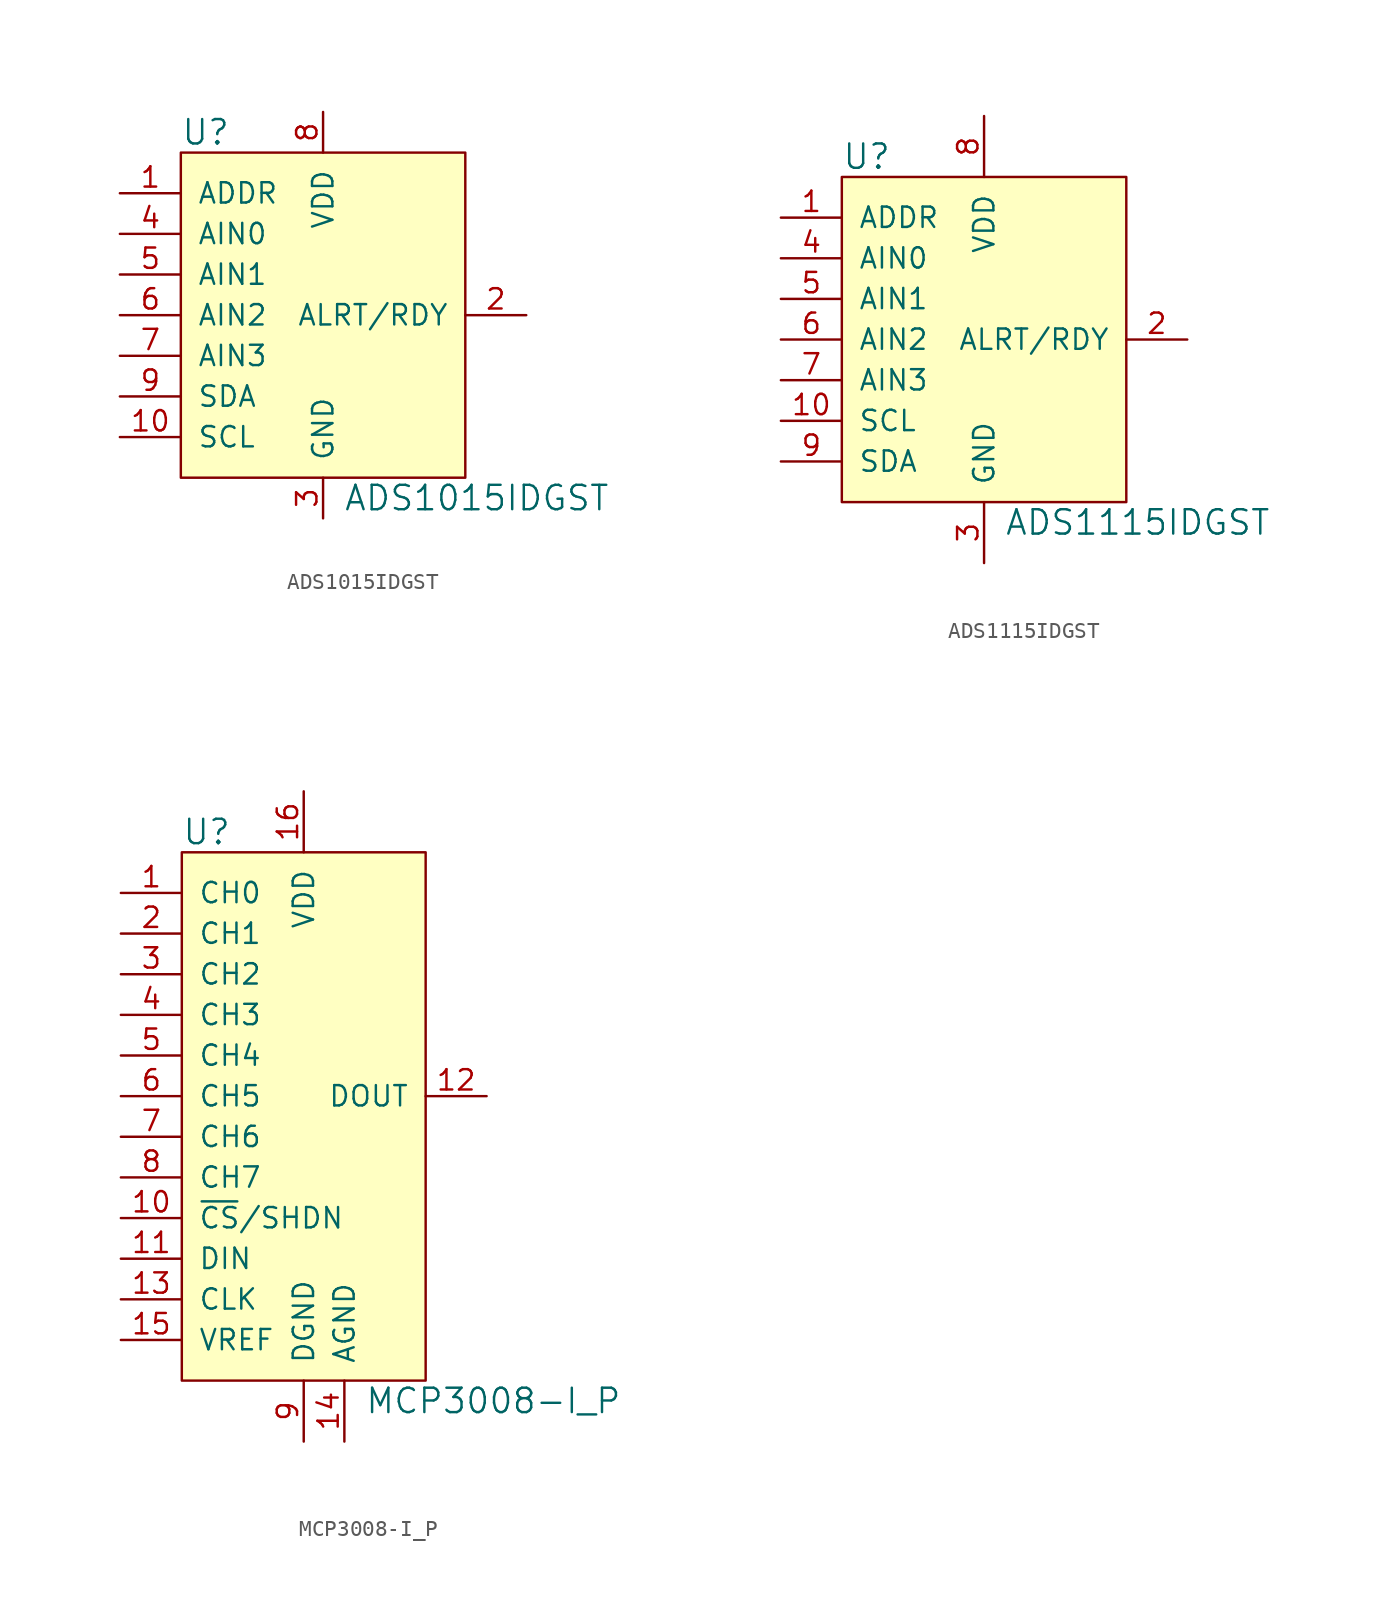
<source format=kicad_sym>
(kicad_symbol_lib
  (version 20231120)
  (generator "kicad_symbol_editor")
  (generator_version "8.0")
  (symbol "ADS1015IDGST"
    (pin_names
      (offset 1.016))
    (property "Reference" "U"
      (at -8.89 11.43 0)
      (effects (font (size 1.524 1.524)) (justify left)))
    (property "Value" "ADS1015IDGST"
      (at 1.27 -11.43 0)
      (effects (font (size 1.524 1.524)) (justify left)))
    (symbol "ADS1015IDGST_0_1"
      (rectangle (start -8.89 10.16) (end 8.89 -10.16) (stroke (width 0) (type default)) (fill (type background))))
    (symbol "ADS1015IDGST_1_1"
      (pin input line (at -12.7 7.62 0) (length 3.81) (name "ADDR" (effects (font (size 1.27 1.27)))) (number "1" (effects (font (size 1.27 1.27)))))
      (pin input line (at -12.7 -7.62 0) (length 3.81) (name "SCL" (effects (font (size 1.27 1.27)))) (number "10" (effects (font (size 1.27 1.27)))))
      (pin output line (at 12.7 0 180) (length 3.81) (name "ALRT/RDY" (effects (font (size 1.27 1.27)))) (number "2" (effects (font (size 1.27 1.27)))))
      (pin power_in line (at 0 -12.7 90) (length 2.54) (name "GND" (effects (font (size 1.27 1.27)))) (number "3" (effects (font (size 1.27 1.27)))))
      (pin input line (at -12.7 5.08 0) (length 3.81) (name "AIN0" (effects (font (size 1.27 1.27)))) (number "4" (effects (font (size 1.27 1.27)))))
      (pin input line (at -12.7 2.54 0) (length 3.81) (name "AIN1" (effects (font (size 1.27 1.27)))) (number "5" (effects (font (size 1.27 1.27)))))
      (pin input line (at -12.7 0 0) (length 3.81) (name "AIN2" (effects (font (size 1.27 1.27)))) (number "6" (effects (font (size 1.27 1.27)))))
      (pin input line (at -12.7 -2.54 0) (length 3.81) (name "AIN3" (effects (font (size 1.27 1.27)))) (number "7" (effects (font (size 1.27 1.27)))))
      (pin power_in line (at 0 12.7 270) (length 2.54) (name "VDD" (effects (font (size 1.27 1.27)))) (number "8" (effects (font (size 1.27 1.27)))))
      (pin bidirectional line (at -12.7 -5.08 0) (length 3.81) (name "SDA" (effects (font (size 1.27 1.27)))) (number "9" (effects (font (size 1.27 1.27)))))))
  (symbol "ADS1115IDGST"
    (pin_names
      (offset 1.016))
    (property "Reference" "U"
      (at -8.89 11.43 0)
      (effects (font (size 1.524 1.524)) (justify left)))
    (property "Value" "ADS1115IDGST"
      (at 1.27 -11.43 0)
      (effects (font (size 1.524 1.524)) (justify left)))
    (symbol "ADS1115IDGST_0_1"
      (rectangle (start -8.89 10.16) (end 8.89 -10.16) (stroke (width 0) (type default)) (fill (type background))))
    (symbol "ADS1115IDGST_1_1"
      (pin input line (at -12.7 7.62 0) (length 3.81) (name "ADDR" (effects (font (size 1.27 1.27)))) (number "1" (effects (font (size 1.27 1.27)))))
      (pin input line (at -12.7 -5.08 0) (length 3.81) (name "SCL" (effects (font (size 1.27 1.27)))) (number "10" (effects (font (size 1.27 1.27)))))
      (pin output line (at 12.7 0 180) (length 3.81) (name "ALRT/RDY" (effects (font (size 1.27 1.27)))) (number "2" (effects (font (size 1.27 1.27)))))
      (pin power_in line (at 0 -13.97 90) (length 3.81) (name "GND" (effects (font (size 1.27 1.27)))) (number "3" (effects (font (size 1.27 1.27)))))
      (pin input line (at -12.7 5.08 0) (length 3.81) (name "AIN0" (effects (font (size 1.27 1.27)))) (number "4" (effects (font (size 1.27 1.27)))))
      (pin input line (at -12.7 2.54 0) (length 3.81) (name "AIN1" (effects (font (size 1.27 1.27)))) (number "5" (effects (font (size 1.27 1.27)))))
      (pin input line (at -12.7 0 0) (length 3.81) (name "AIN2" (effects (font (size 1.27 1.27)))) (number "6" (effects (font (size 1.27 1.27)))))
      (pin input line (at -12.7 -2.54 0) (length 3.81) (name "AIN3" (effects (font (size 1.27 1.27)))) (number "7" (effects (font (size 1.27 1.27)))))
      (pin power_in line (at 0 13.97 270) (length 3.81) (name "VDD" (effects (font (size 1.27 1.27)))) (number "8" (effects (font (size 1.27 1.27)))))
      (pin bidirectional line (at -12.7 -7.62 0) (length 3.81) (name "SDA" (effects (font (size 1.27 1.27)))) (number "9" (effects (font (size 1.27 1.27)))))))
  (symbol "MCP3008-I_P"
    (pin_names
      (offset 1.016))
    (property "Reference" "U"
      (at -7.62 16.51 0)
      (effects (font (size 1.524 1.524)) (justify left)))
    (property "Value" "MCP3008-I_P"
      (at 3.81 -19.05 0)
      (effects (font (size 1.524 1.524)) (justify left)))
    (symbol "MCP3008-I_P_0_1"
      (rectangle (start -7.62 15.24) (end 7.62 -17.78) (stroke (width 0) (type default)) (fill (type background))))
    (symbol "MCP3008-I_P_1_1"
      (pin input line (at -11.43 12.7 0) (length 3.81) (name "CH0" (effects (font (size 1.27 1.27)))) (number "1" (effects (font (size 1.27 1.27)))))
      (pin input line (at -11.43 -7.62 0) (length 3.81) (name "~{CS}/SHDN" (effects (font (size 1.27 1.27)))) (number "10" (effects (font (size 1.27 1.27)))))
      (pin input line (at -11.43 -10.16 0) (length 3.81) (name "DIN" (effects (font (size 1.27 1.27)))) (number "11" (effects (font (size 1.27 1.27)))))
      (pin output line (at 11.43 0 180) (length 3.81) (name "DOUT" (effects (font (size 1.27 1.27)))) (number "12" (effects (font (size 1.27 1.27)))))
      (pin input line (at -11.43 -12.7 0) (length 3.81) (name "CLK" (effects (font (size 1.27 1.27)))) (number "13" (effects (font (size 1.27 1.27)))))
      (pin power_in line (at 2.54 -21.59 90) (length 3.81) (name "AGND" (effects (font (size 1.27 1.27)))) (number "14" (effects (font (size 1.27 1.27)))))
      (pin input line (at -11.43 -15.24 0) (length 3.81) (name "VREF" (effects (font (size 1.27 1.27)))) (number "15" (effects (font (size 1.27 1.27)))))
      (pin power_in line (at 0 19.05 270) (length 3.81) (name "VDD" (effects (font (size 1.27 1.27)))) (number "16" (effects (font (size 1.27 1.27)))))
      (pin input line (at -11.43 10.16 0) (length 3.81) (name "CH1" (effects (font (size 1.27 1.27)))) (number "2" (effects (font (size 1.27 1.27)))))
      (pin input line (at -11.43 7.62 0) (length 3.81) (name "CH2" (effects (font (size 1.27 1.27)))) (number "3" (effects (font (size 1.27 1.27)))))
      (pin input line (at -11.43 5.08 0) (length 3.81) (name "CH3" (effects (font (size 1.27 1.27)))) (number "4" (effects (font (size 1.27 1.27)))))
      (pin input line (at -11.43 2.54 0) (length 3.81) (name "CH4" (effects (font (size 1.27 1.27)))) (number "5" (effects (font (size 1.27 1.27)))))
      (pin input line (at -11.43 0 0) (length 3.81) (name "CH5" (effects (font (size 1.27 1.27)))) (number "6" (effects (font (size 1.27 1.27)))))
      (pin input line (at -11.43 -2.54 0) (length 3.81) (name "CH6" (effects (font (size 1.27 1.27)))) (number "7" (effects (font (size 1.27 1.27)))))
      (pin input line (at -11.43 -5.08 0) (length 3.81) (name "CH7" (effects (font (size 1.27 1.27)))) (number "8" (effects (font (size 1.27 1.27)))))
      (pin power_in line (at 0 -21.59 90) (length 3.81) (name "DGND" (effects (font (size 1.27 1.27)))) (number "9" (effects (font (size 1.27 1.27))))))))
</source>
